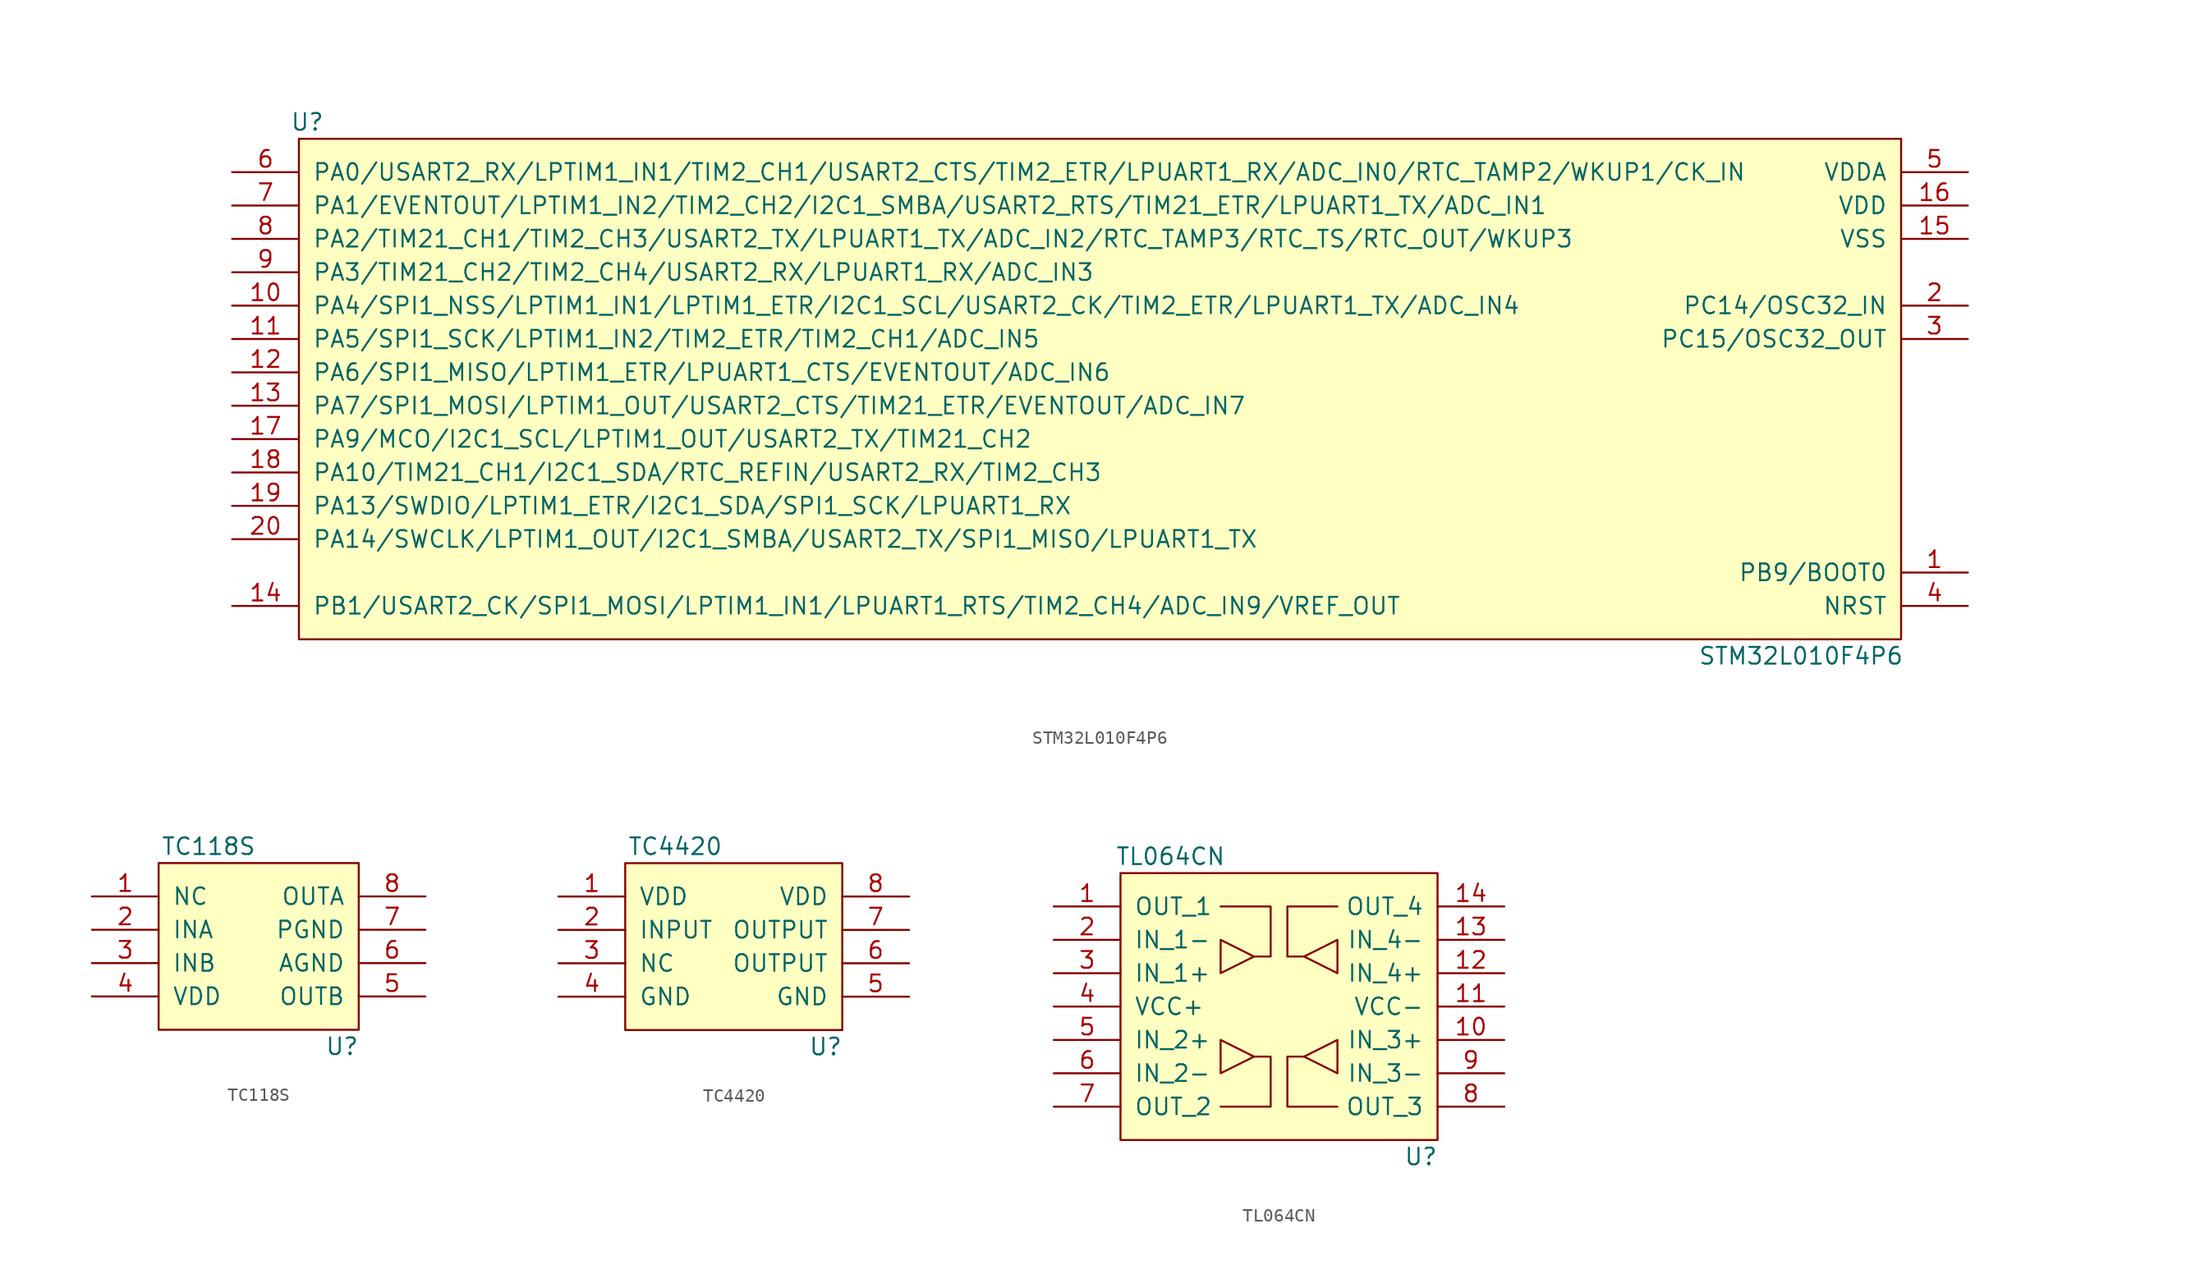
<source format=kicad_sym>
(kicad_symbol_lib
  (version 20211014)
  (generator kicad_symbol_editor)
  (symbol "STM32L010F4P6"
    (pin_names
      (offset 1.016))
    (property "Reference" "U"
      (at 0.635 1.27 0)
      (effects (font (size 1.27 1.27))))
    (property "Value" "STM32L010F4P6"
      (at 114.3 -39.37 0)
      (effects (font (size 1.27 1.27))))
    (symbol "STM32L010F4P6_0_1"
      (rectangle (start 121.92 0) (end 0 -38.1) (stroke (width 0) (type default) (color 0 0 0 0)) (fill (type background))))
    (symbol "STM32L010F4P6_1_1"
      (pin input line (at 127 -33.02 180) (length 5.08) (name "PB9/BOOT0" (effects (font (size 1.27 1.27)))) (number "1" (effects (font (size 1.27 1.27)))))
      (pin input line (at -5.08 -12.7 0) (length 5.08) (name "PA4/SPI1_NSS/LPTIM1_IN1/LPTIM1_ETR/I2C1_SCL/USART2_CK/TIM2_ETR/LPUART1_TX/ADC_IN4" (effects (font (size 1.27 1.27)))) (number "10" (effects (font (size 1.27 1.27)))))
      (pin input line (at -5.08 -15.24 0) (length 5.08) (name "PA5/SPI1_SCK/LPTIM1_IN2/TIM2_ETR/TIM2_CH1/ADC_IN5" (effects (font (size 1.27 1.27)))) (number "11" (effects (font (size 1.27 1.27)))))
      (pin input line (at -5.08 -17.78 0) (length 5.08) (name "PA6/SPI1_MISO/LPTIM1_ETR/LPUART1_CTS/EVENTOUT/ADC_IN6" (effects (font (size 1.27 1.27)))) (number "12" (effects (font (size 1.27 1.27)))))
      (pin input line (at -5.08 -20.32 0) (length 5.08) (name "PA7/SPI1_MOSI/LPTIM1_OUT/USART2_CTS/TIM21_ETR/EVENTOUT/ADC_IN7" (effects (font (size 1.27 1.27)))) (number "13" (effects (font (size 1.27 1.27)))))
      (pin input line (at -5.08 -35.56 0) (length 5.08) (name "PB1/USART2_CK/SPI1_MOSI/LPTIM1_IN1/LPUART1_RTS/TIM2_CH4/ADC_IN9/VREF_OUT" (effects (font (size 1.27 1.27)))) (number "14" (effects (font (size 1.27 1.27)))))
      (pin input line (at 127 -7.62 180) (length 5.08) (name "VSS" (effects (font (size 1.27 1.27)))) (number "15" (effects (font (size 1.27 1.27)))))
      (pin input line (at 127 -5.08 180) (length 5.08) (name "VDD" (effects (font (size 1.27 1.27)))) (number "16" (effects (font (size 1.27 1.27)))))
      (pin input line (at -5.08 -22.86 0) (length 5.08) (name "PA9/MCO/I2C1_SCL/LPTIM1_OUT/USART2_TX/TIM21_CH2" (effects (font (size 1.27 1.27)))) (number "17" (effects (font (size 1.27 1.27)))))
      (pin input line (at -5.08 -25.4 0) (length 5.08) (name "PA10/TIM21_CH1/I2C1_SDA/RTC_REFIN/USART2_RX/TIM2_CH3" (effects (font (size 1.27 1.27)))) (number "18" (effects (font (size 1.27 1.27)))))
      (pin input line (at -5.08 -27.94 0) (length 5.08) (name "PA13/SWDIO/LPTIM1_ETR/I2C1_SDA/SPI1_SCK/LPUART1_RX" (effects (font (size 1.27 1.27)))) (number "19" (effects (font (size 1.27 1.27)))))
      (pin input line (at 127 -12.7 180) (length 5.08) (name "PC14/OSC32_IN" (effects (font (size 1.27 1.27)))) (number "2" (effects (font (size 1.27 1.27)))))
      (pin input line (at -5.08 -30.48 0) (length 5.08) (name "PA14/SWCLK/LPTIM1_OUT/I2C1_SMBA/USART2_TX/SPI1_MISO/LPUART1_TX" (effects (font (size 1.27 1.27)))) (number "20" (effects (font (size 1.27 1.27)))))
      (pin input line (at 127 -15.24 180) (length 5.08) (name "PC15/OSC32_OUT" (effects (font (size 1.27 1.27)))) (number "3" (effects (font (size 1.27 1.27)))))
      (pin input line (at 127 -35.56 180) (length 5.08) (name "NRST" (effects (font (size 1.27 1.27)))) (number "4" (effects (font (size 1.27 1.27)))))
      (pin input line (at 127 -2.54 180) (length 5.08) (name "VDDA" (effects (font (size 1.27 1.27)))) (number "5" (effects (font (size 1.27 1.27)))))
      (pin input line (at -5.08 -2.54 0) (length 5.08) (name "PA0/USART2_RX/LPTIM1_IN1/TIM2_CH1/USART2_CTS/TIM2_ETR/LPUART1_RX/ADC_IN0/RTC_TAMP2/WKUP1/CK_IN" (effects (font (size 1.27 1.27)))) (number "6" (effects (font (size 1.27 1.27)))))
      (pin input line (at -5.08 -5.08 0) (length 5.08) (name "PA1/EVENTOUT/LPTIM1_IN2/TIM2_CH2/I2C1_SMBA/USART2_RTS/TIM21_ETR/LPUART1_TX/ADC_IN1" (effects (font (size 1.27 1.27)))) (number "7" (effects (font (size 1.27 1.27)))))
      (pin input line (at -5.08 -7.62 0) (length 5.08) (name "PA2/TIM21_CH1/TIM2_CH3/USART2_TX/LPUART1_TX/ADC_IN2/RTC_TAMP3/RTC_TS/RTC_OUT/WKUP3" (effects (font (size 1.27 1.27)))) (number "8" (effects (font (size 1.27 1.27)))))
      (pin input line (at -5.08 -10.16 0) (length 5.08) (name "PA3/TIM21_CH2/TIM2_CH4/USART2_RX/LPUART1_RX/ADC_IN3" (effects (font (size 1.27 1.27)))) (number "9" (effects (font (size 1.27 1.27)))))))
  (symbol "TC118S"
    (pin_names
      (offset 1.016))
    (property "Reference" "U"
      (at 13.97 -11.43 0)
      (effects (font (size 1.27 1.27))))
    (property "Value" "TC118S"
      (at 3.81 3.81 0)
      (effects (font (size 1.27 1.27))))
    (symbol "TC118S_0_1"
      (rectangle (start 0 2.54) (end 15.24 -10.16) (stroke (width 0) (type default) (color 0 0 0 0)) (fill (type background))))
    (symbol "TC118S_1_1"
      (pin input line (at -5.08 0 0) (length 5.08) (name "NC" (effects (font (size 1.27 1.27)))) (number "1" (effects (font (size 1.27 1.27)))))
      (pin input line (at -5.08 -2.54 0) (length 5.08) (name "INA" (effects (font (size 1.27 1.27)))) (number "2" (effects (font (size 1.27 1.27)))))
      (pin input line (at -5.08 -5.08 0) (length 5.08) (name "INB" (effects (font (size 1.27 1.27)))) (number "3" (effects (font (size 1.27 1.27)))))
      (pin input line (at -5.08 -7.62 0) (length 5.08) (name "VDD" (effects (font (size 1.27 1.27)))) (number "4" (effects (font (size 1.27 1.27)))))
      (pin input line (at 20.32 -7.62 180) (length 5.08) (name "OUTB" (effects (font (size 1.27 1.27)))) (number "5" (effects (font (size 1.27 1.27)))))
      (pin input line (at 20.32 -5.08 180) (length 5.08) (name "AGND" (effects (font (size 1.27 1.27)))) (number "6" (effects (font (size 1.27 1.27)))))
      (pin input line (at 20.32 -2.54 180) (length 5.08) (name "PGND" (effects (font (size 1.27 1.27)))) (number "7" (effects (font (size 1.27 1.27)))))
      (pin input line (at 20.32 0 180) (length 5.08) (name "OUTA" (effects (font (size 1.27 1.27)))) (number "8" (effects (font (size 1.27 1.27)))))))
  (symbol "TC4420"
    (pin_names
      (offset 1.016))
    (property "Reference" "U"
      (at 15.24 -11.43 0)
      (effects (font (size 1.27 1.27))))
    (property "Value" "TC4420"
      (at 3.81 3.81 0)
      (effects (font (size 1.27 1.27))))
    (symbol "TC4420_0_1"
      (rectangle (start 16.51 -10.16) (end 0 2.54) (stroke (width 0) (type default) (color 0 0 0 0)) (fill (type background))))
    (symbol "TC4420_1_1"
      (pin input line (at -5.08 0 0) (length 5.08) (name "VDD" (effects (font (size 1.27 1.27)))) (number "1" (effects (font (size 1.27 1.27)))))
      (pin input line (at -5.08 -2.54 0) (length 5.08) (name "INPUT" (effects (font (size 1.27 1.27)))) (number "2" (effects (font (size 1.27 1.27)))))
      (pin input line (at -5.08 -5.08 0) (length 5.08) (name "NC" (effects (font (size 1.27 1.27)))) (number "3" (effects (font (size 1.27 1.27)))))
      (pin input line (at -5.08 -7.62 0) (length 5.08) (name "GND" (effects (font (size 1.27 1.27)))) (number "4" (effects (font (size 1.27 1.27)))))
      (pin input line (at 21.59 -7.62 180) (length 5.08) (name "GND" (effects (font (size 1.27 1.27)))) (number "5" (effects (font (size 1.27 1.27)))))
      (pin input line (at 21.59 -5.08 180) (length 5.08) (name "OUTPUT" (effects (font (size 1.27 1.27)))) (number "6" (effects (font (size 1.27 1.27)))))
      (pin input line (at 21.59 -2.54 180) (length 5.08) (name "OUTPUT" (effects (font (size 1.27 1.27)))) (number "7" (effects (font (size 1.27 1.27)))))
      (pin input line (at 21.59 0 180) (length 5.08) (name "VDD" (effects (font (size 1.27 1.27)))) (number "8" (effects (font (size 1.27 1.27)))))))
  (symbol "TL064CN"
    (pin_names
      (offset 1.016))
    (property "Reference" "U"
      (at 22.86 -19.05 0)
      (effects (font (size 1.27 1.27))))
    (property "Value" "TL064CN"
      (at 3.81 3.81 0)
      (effects (font (size 1.27 1.27))))
    (symbol "TL064CN_0_1"
      (polyline (pts (xy 7.62 -2.54) (xy 10.16 -3.81) (xy 7.62 -5.08) (xy 7.62 -2.54)) (stroke (width 0) (type default) (color 0 0 0 0)) (fill (type none)))
      (polyline (pts (xy 10.16 -3.81) (xy 11.43 -3.81) (xy 11.43 0) (xy 7.62 0)) (stroke (width 0) (type default) (color 0 0 0 0)) (fill (type none)))
      (rectangle (start 0 2.54) (end 24.13 -17.78) (stroke (width 0) (type default) (color 0 0 0 0)) (fill (type background))))
    (symbol "TL064CN_1_1"
      (polyline (pts (xy 7.62 -12.7) (xy 10.16 -11.43) (xy 7.62 -10.16) (xy 7.62 -12.7)) (stroke (width 0) (type default) (color 0 0 0 0)) (fill (type none)))
      (polyline (pts (xy 10.16 -11.43) (xy 11.43 -11.43) (xy 11.43 -15.24) (xy 7.62 -15.24)) (stroke (width 0) (type default) (color 0 0 0 0)) (fill (type none)))
      (polyline (pts (xy 13.97 -11.43) (xy 12.7 -11.43) (xy 12.7 -15.24) (xy 16.51 -15.24)) (stroke (width 0) (type default) (color 0 0 0 0)) (fill (type none)))
      (polyline (pts (xy 13.97 -3.81) (xy 12.7 -3.81) (xy 12.7 0) (xy 16.51 0)) (stroke (width 0) (type default) (color 0 0 0 0)) (fill (type none)))
      (polyline (pts (xy 16.51 -12.7) (xy 13.97 -11.43) (xy 16.51 -10.16) (xy 16.51 -12.7)) (stroke (width 0) (type default) (color 0 0 0 0)) (fill (type none)))
      (polyline (pts (xy 16.51 -2.54) (xy 13.97 -3.81) (xy 16.51 -5.08) (xy 16.51 -2.54)) (stroke (width 0) (type default) (color 0 0 0 0)) (fill (type none)))
      (pin input line (at -5.08 0 0) (length 5.08) (name "OUT_1" (effects (font (size 1.27 1.27)))) (number "1" (effects (font (size 1.27 1.27)))))
      (pin input line (at 29.21 -10.16 180) (length 5.08) (name "IN_3+" (effects (font (size 1.27 1.27)))) (number "10" (effects (font (size 1.27 1.27)))))
      (pin input line (at 29.21 -7.62 180) (length 5.08) (name "VCC-" (effects (font (size 1.27 1.27)))) (number "11" (effects (font (size 1.27 1.27)))))
      (pin input line (at 29.21 -5.08 180) (length 5.08) (name "IN_4+" (effects (font (size 1.27 1.27)))) (number "12" (effects (font (size 1.27 1.27)))))
      (pin input line (at 29.21 -2.54 180) (length 5.08) (name "IN_4-" (effects (font (size 1.27 1.27)))) (number "13" (effects (font (size 1.27 1.27)))))
      (pin input line (at 29.21 0 180) (length 5.08) (name "OUT_4" (effects (font (size 1.27 1.27)))) (number "14" (effects (font (size 1.27 1.27)))))
      (pin input line (at -5.08 -2.54 0) (length 5.08) (name "IN_1-" (effects (font (size 1.27 1.27)))) (number "2" (effects (font (size 1.27 1.27)))))
      (pin input line (at -5.08 -5.08 0) (length 5.08) (name "IN_1+" (effects (font (size 1.27 1.27)))) (number "3" (effects (font (size 1.27 1.27)))))
      (pin input line (at -5.08 -7.62 0) (length 5.08) (name "VCC+" (effects (font (size 1.27 1.27)))) (number "4" (effects (font (size 1.27 1.27)))))
      (pin input line (at -5.08 -10.16 0) (length 5.08) (name "IN_2+" (effects (font (size 1.27 1.27)))) (number "5" (effects (font (size 1.27 1.27)))))
      (pin input line (at -5.08 -12.7 0) (length 5.08) (name "IN_2-" (effects (font (size 1.27 1.27)))) (number "6" (effects (font (size 1.27 1.27)))))
      (pin input line (at -5.08 -15.24 0) (length 5.08) (name "OUT_2" (effects (font (size 1.27 1.27)))) (number "7" (effects (font (size 1.27 1.27)))))
      (pin input line (at 29.21 -15.24 180) (length 5.08) (name "OUT_3" (effects (font (size 1.27 1.27)))) (number "8" (effects (font (size 1.27 1.27)))))
      (pin input line (at 29.21 -12.7 180) (length 5.08) (name "IN_3-" (effects (font (size 1.27 1.27)))) (number "9" (effects (font (size 1.27 1.27))))))))
</source>
